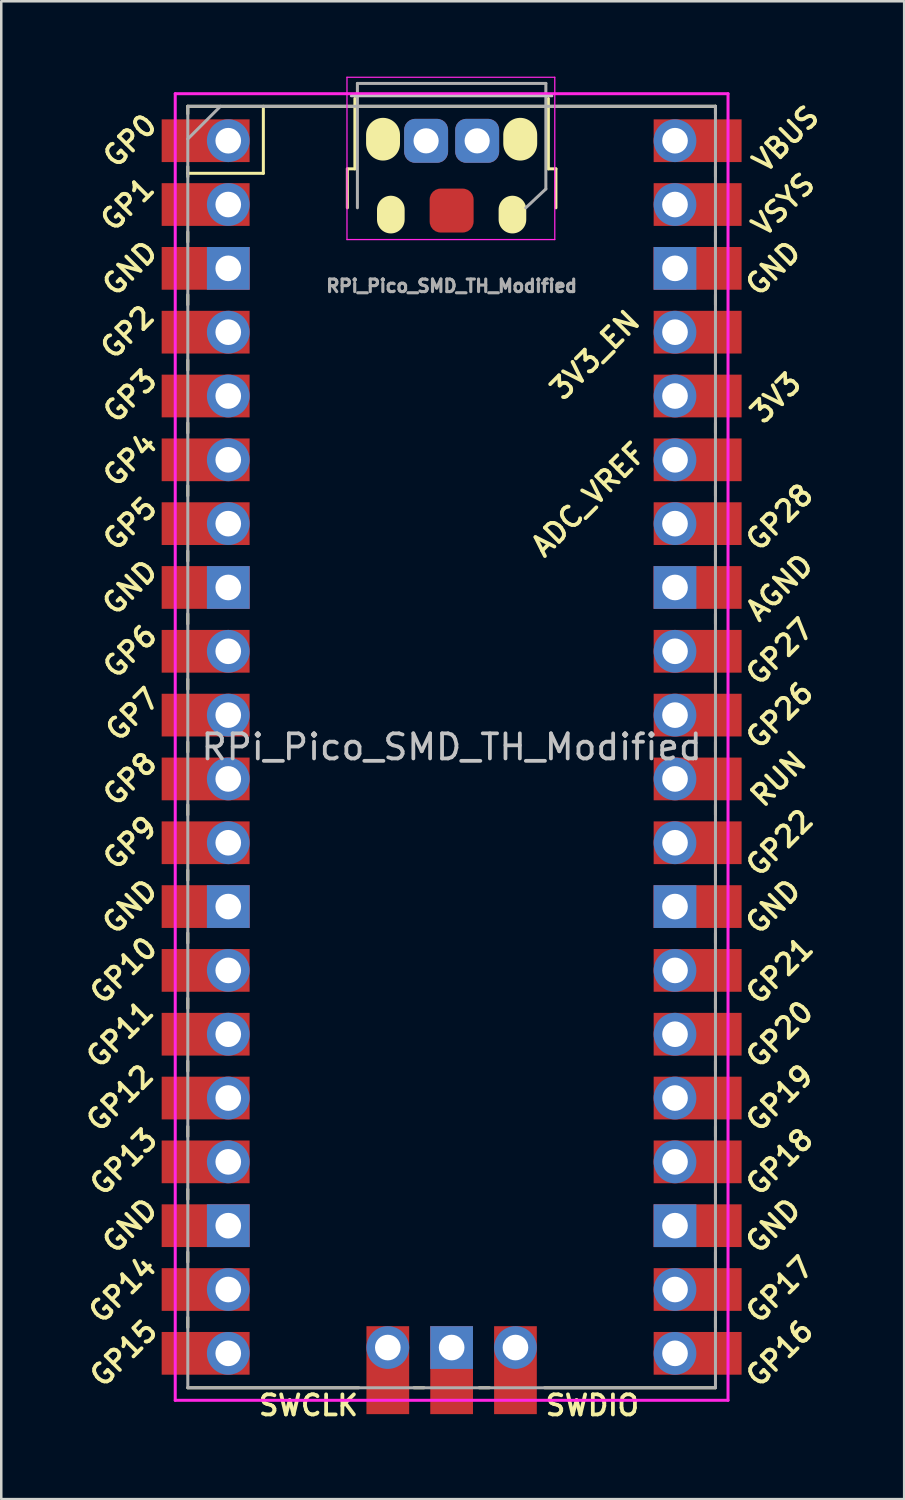
<source format=kicad_pcb>
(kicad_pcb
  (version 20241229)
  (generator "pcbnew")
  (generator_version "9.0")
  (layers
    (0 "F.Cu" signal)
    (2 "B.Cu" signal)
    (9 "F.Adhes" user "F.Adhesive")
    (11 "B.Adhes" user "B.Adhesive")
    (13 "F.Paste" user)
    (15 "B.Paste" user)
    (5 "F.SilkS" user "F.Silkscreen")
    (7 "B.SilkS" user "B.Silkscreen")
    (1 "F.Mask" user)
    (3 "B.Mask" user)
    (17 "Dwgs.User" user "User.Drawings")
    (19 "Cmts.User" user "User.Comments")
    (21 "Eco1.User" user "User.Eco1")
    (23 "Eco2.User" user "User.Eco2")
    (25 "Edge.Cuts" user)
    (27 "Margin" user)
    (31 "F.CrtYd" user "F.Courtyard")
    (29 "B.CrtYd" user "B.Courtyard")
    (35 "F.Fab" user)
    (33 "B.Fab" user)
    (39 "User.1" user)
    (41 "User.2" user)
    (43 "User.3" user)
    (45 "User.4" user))
  (footprint "RPi_Pico_SMD_TH_Modified"
    (layer "F.Cu")
    (at 14.924 26.68)
    (property "Reference" "RPi_Pico_SMD_TH_Modified" (at 0 0 0) (layer "Dwgs.User") (effects (font (size 1 1) (thickness 0.15))))
    (attr through_hole)
    (fp_line (start -10.5 -25.5) (end -10.5 -25.2) (stroke (width 0.12) (type solid)) (layer "F.SilkS"))
    (fp_line (start -10.5 -25.5) (end 10.5 -25.5) (stroke (width 0.12) (type solid)) (layer "F.SilkS"))
    (fp_line (start -10.5 -23.1) (end -10.5 -22.7) (stroke (width 0.12) (type solid)) (layer "F.SilkS"))
    (fp_line (start -10.5 -22.833) (end -7.493 -22.833) (stroke (width 0.12) (type solid)) (layer "F.SilkS"))
    (fp_line (start -10.5 -20.5) (end -10.5 -20.1) (stroke (width 0.12) (type solid)) (layer "F.SilkS"))
    (fp_line (start -10.5 -18) (end -10.5 -17.6) (stroke (width 0.12) (type solid)) (layer "F.SilkS"))
    (fp_line (start -10.5 -15.4) (end -10.5 -15) (stroke (width 0.12) (type solid)) (layer "F.SilkS"))
    (fp_line (start -10.5 -12.9) (end -10.5 -12.5) (stroke (width 0.12) (type solid)) (layer "F.SilkS"))
    (fp_line (start -10.5 -10.4) (end -10.5 -10) (stroke (width 0.12) (type solid)) (layer "F.SilkS"))
    (fp_line (start -10.5 -7.8) (end -10.5 -7.4) (stroke (width 0.12) (type solid)) (layer "F.SilkS"))
    (fp_line (start -10.5 -5.3) (end -10.5 -4.9) (stroke (width 0.12) (type solid)) (layer "F.SilkS"))
    (fp_line (start -10.5 -2.7) (end -10.5 -2.3) (stroke (width 0.12) (type solid)) (layer "F.SilkS"))
    (fp_line (start -10.5 -0.2) (end -10.5 0.2) (stroke (width 0.12) (type solid)) (layer "F.SilkS"))
    (fp_line (start -10.5 2.3) (end -10.5 2.7) (stroke (width 0.12) (type solid)) (layer "F.SilkS"))
    (fp_line (start -10.5 4.9) (end -10.5 5.3) (stroke (width 0.12) (type solid)) (layer "F.SilkS"))
    (fp_line (start -10.5 7.4) (end -10.5 7.8) (stroke (width 0.12) (type solid)) (layer "F.SilkS"))
    (fp_line (start -10.5 10) (end -10.5 10.4) (stroke (width 0.12) (type solid)) (layer "F.SilkS"))
    (fp_line (start -10.5 12.5) (end -10.5 12.9) (stroke (width 0.12) (type solid)) (layer "F.SilkS"))
    (fp_line (start -10.5 15.1) (end -10.5 15.5) (stroke (width 0.12) (type solid)) (layer "F.SilkS"))
    (fp_line (start -10.5 17.6) (end -10.5 18) (stroke (width 0.12) (type solid)) (layer "F.SilkS"))
    (fp_line (start -10.5 20.1) (end -10.5 20.5) (stroke (width 0.12) (type solid)) (layer "F.SilkS"))
    (fp_line (start -10.5 22.7) (end -10.5 23.1) (stroke (width 0.12) (type solid)) (layer "F.SilkS"))
    (fp_line (start -7.493 -22.833) (end -7.493 -25.5) (stroke (width 0.12) (type solid)) (layer "F.SilkS"))
    (fp_line (start -4.15 -23.01) (end -4.15 -21.46) (stroke (width 0.12) (type solid)) (layer "F.SilkS"))
    (fp_line (start -3.85 -25.81) (end -3.85 -23.01) (stroke (width 0.12) (type solid)) (layer "F.SilkS"))
    (fp_line (start -3.85 -23.01) (end -4.15 -23.01) (stroke (width 0.12) (type solid)) (layer "F.SilkS"))
    (fp_line (start -3.7 25.5) (end -10.5 25.5) (stroke (width 0.12) (type solid)) (layer "F.SilkS"))
    (fp_line (start -1.5 25.5) (end -1.1 25.5) (stroke (width 0.12) (type solid)) (layer "F.SilkS"))
    (fp_line (start 1.1 25.5) (end 1.5 25.5) (stroke (width 0.12) (type solid)) (layer "F.SilkS"))
    (fp_line (start 3.85 -25.81) (end 3.85 -23.01) (stroke (width 0.12) (type solid)) (layer "F.SilkS"))
    (fp_line (start 4.15 -23.01) (end 3.85 -23.01) (stroke (width 0.12) (type solid)) (layer "F.SilkS"))
    (fp_line (start 4.15 -23.01) (end 4.15 -21.46) (stroke (width 0.12) (type solid)) (layer "F.SilkS"))
    (fp_line (start 10.5 -25.5) (end 10.5 -25.2) (stroke (width 0.12) (type solid)) (layer "F.SilkS"))
    (fp_line (start 10.5 -23.1) (end 10.5 -22.7) (stroke (width 0.12) (type solid)) (layer "F.SilkS"))
    (fp_line (start 10.5 -20.5) (end 10.5 -20.1) (stroke (width 0.12) (type solid)) (layer "F.SilkS"))
    (fp_line (start 10.5 -18) (end 10.5 -17.6) (stroke (width 0.12) (type solid)) (layer "F.SilkS"))
    (fp_line (start 10.5 -15.4) (end 10.5 -15) (stroke (width 0.12) (type solid)) (layer "F.SilkS"))
    (fp_line (start 10.5 -12.9) (end 10.5 -12.5) (stroke (width 0.12) (type solid)) (layer "F.SilkS"))
    (fp_line (start 10.5 -10.4) (end 10.5 -10) (stroke (width 0.12) (type solid)) (layer "F.SilkS"))
    (fp_line (start 10.5 -7.8) (end 10.5 -7.4) (stroke (width 0.12) (type solid)) (layer "F.SilkS"))
    (fp_line (start 10.5 -5.3) (end 10.5 -4.9) (stroke (width 0.12) (type solid)) (layer "F.SilkS"))
    (fp_line (start 10.5 -2.7) (end 10.5 -2.3) (stroke (width 0.12) (type solid)) (layer "F.SilkS"))
    (fp_line (start 10.5 -0.2) (end 10.5 0.2) (stroke (width 0.12) (type solid)) (layer "F.SilkS"))
    (fp_line (start 10.5 2.3) (end 10.5 2.7) (stroke (width 0.12) (type solid)) (layer "F.SilkS"))
    (fp_line (start 10.5 4.9) (end 10.5 5.3) (stroke (width 0.12) (type solid)) (layer "F.SilkS"))
    (fp_line (start 10.5 7.4) (end 10.5 7.8) (stroke (width 0.12) (type solid)) (layer "F.SilkS"))
    (fp_line (start 10.5 10) (end 10.5 10.4) (stroke (width 0.12) (type solid)) (layer "F.SilkS"))
    (fp_line (start 10.5 12.5) (end 10.5 12.9) (stroke (width 0.12) (type solid)) (layer "F.SilkS"))
    (fp_line (start 10.5 15.1) (end 10.5 15.5) (stroke (width 0.12) (type solid)) (layer "F.SilkS"))
    (fp_line (start 10.5 17.6) (end 10.5 18) (stroke (width 0.12) (type solid)) (layer "F.SilkS"))
    (fp_line (start 10.5 20.1) (end 10.5 20.5) (stroke (width 0.12) (type solid)) (layer "F.SilkS"))
    (fp_line (start 10.5 22.7) (end 10.5 23.1) (stroke (width 0.12) (type solid)) (layer "F.SilkS"))
    (fp_line (start 10.5 25.5) (end 3.7 25.5) (stroke (width 0.12) (type solid)) (layer "F.SilkS"))
    (fp_line (start 4 -25.91) (end -4 -25.91) (stroke (width 0.1) (type solid)) (layer "Dwgs.User"))
    (fp_line (start -11 -26) (end 11 -26) (stroke (width 0.12) (type solid)) (layer "F.CrtYd"))
    (fp_line (start -11 26) (end -11 -26) (stroke (width 0.12) (type solid)) (layer "F.CrtYd"))
    (fp_line (start -4.165 -26.655) (end -4.165 -20.195) (stroke (width 0.05) (type solid)) (layer "F.CrtYd"))
    (fp_line (start -4.165 -26.655) (end 4.105 -26.655) (stroke (width 0.05) (type solid)) (layer "F.CrtYd"))
    (fp_line (start 4.105 -20.195) (end -4.165 -20.195) (stroke (width 0.05) (type solid)) (layer "F.CrtYd"))
    (fp_line (start 4.105 -20.195) (end 4.105 -26.655) (stroke (width 0.05) (type solid)) (layer "F.CrtYd"))
    (fp_line (start 11 -26) (end 11 26) (stroke (width 0.12) (type solid)) (layer "F.CrtYd"))
    (fp_line (start 11 26) (end -11 26) (stroke (width 0.12) (type solid)) (layer "F.CrtYd"))
    (fp_line (start -10.5 -25.5) (end 10.5 -25.5) (stroke (width 0.12) (type solid)) (layer "F.Fab"))
    (fp_line (start -10.5 -24.2) (end -9.2 -25.5) (stroke (width 0.12) (type solid)) (layer "F.Fab"))
    (fp_line (start -10.5 25.5) (end -10.5 -25.5) (stroke (width 0.12) (type solid)) (layer "F.Fab"))
    (fp_line (start -3.75 -26.41) (end 3.75 -26.41) (stroke (width 0.12) (type solid)) (layer "F.Fab"))
    (fp_line (start -3.75 -21.46) (end -3.75 -26.41) (stroke (width 0.12) (type solid)) (layer "F.Fab"))
    (fp_line (start 3.75 -26.41) (end 3.75 -22.21) (stroke (width 0.12) (type solid)) (layer "F.Fab"))
    (fp_line (start 3.75 -22.21) (end 2.95 -21.46) (stroke (width 0.12) (type solid)) (layer "F.Fab"))
    (fp_line (start 10.5 -25.5) (end 10.5 25.5) (stroke (width 0.12) (type solid)) (layer "F.Fab"))
    (fp_line (start 10.5 25.5) (end -10.5 25.5) (stroke (width 0.12) (type solid)) (layer "F.Fab"))
    (fp_text user "GP4" (at -12.8 -11.43 45) (layer "F.SilkS") (effects (font (size 0.8 0.8) (thickness 0.15))))
    (fp_text user "GP28" (at 13.054 -9.144 45) (layer "F.SilkS") (effects (font (size 0.8 0.8) (thickness 0.15))))
    (fp_text user "GND" (at -12.8 -19.05 45) (layer "F.SilkS") (effects (font (size 0.8 0.8) (thickness 0.15))))
    (fp_text user "GP26" (at 13.054 -1.27 45) (layer "F.SilkS") (effects (font (size 0.8 0.8) (thickness 0.15))))
    (fp_text user "GND" (at 12.8 6.35 45) (layer "F.SilkS") (effects (font (size 0.8 0.8) (thickness 0.15))))
    (fp_text user "GND" (at -12.8 6.35 45) (layer "F.SilkS") (effects (font (size 0.8 0.8) (thickness 0.15))))
    (fp_text user "GP13" (at -13.054 16.51 45) (layer "F.SilkS") (effects (font (size 0.8 0.8) (thickness 0.15))))
    (fp_text user "AGND" (at 13.054 -6.35 45) (layer "F.SilkS") (effects (font (size 0.8 0.8) (thickness 0.15))))
    (fp_text user "GP12" (at -13.2 13.97 45) (layer "F.SilkS") (effects (font (size 0.8 0.8) (thickness 0.15))))
    (fp_text user "GP22" (at 13.054 3.81 45) (layer "F.SilkS") (effects (font (size 0.8 0.8) (thickness 0.15))))
    (fp_text user "GP6" (at -12.8 -3.81 45) (layer "F.SilkS") (effects (font (size 0.8 0.8) (thickness 0.15))))
    (fp_text user "GP2" (at -12.9 -16.51 45) (layer "F.SilkS") (effects (font (size 0.8 0.8) (thickness 0.15))))
    (fp_text user "GP5" (at -12.8 -8.89 45) (layer "F.SilkS") (effects (font (size 0.8 0.8) (thickness 0.15))))
    (fp_text user "RUN" (at 13 1.27 45) (layer "F.SilkS") (effects (font (size 0.8 0.8) (thickness 0.15))))
    (fp_text user "GP18" (at 13.054 16.51 45) (layer "F.SilkS") (effects (font (size 0.8 0.8) (thickness 0.15))))
    (fp_text user "GP1" (at -12.9 -21.6 45) (layer "F.SilkS") (effects (font (size 0.8 0.8) (thickness 0.15))))
    (fp_text user "GP16" (at 13.054 24.13 45) (layer "F.SilkS") (effects (font (size 0.8 0.8) (thickness 0.15))))
    (fp_text user "GP15" (at -13.054 24.13 45) (layer "F.SilkS") (effects (font (size 0.8 0.8) (thickness 0.15))))
    (fp_text user "GP0" (at -12.8 -24.13 45) (layer "F.SilkS") (effects (font (size 0.8 0.8) (thickness 0.15))))
    (fp_text user "GP20" (at 13.054 11.43 45) (layer "F.SilkS") (effects (font (size 0.8 0.8) (thickness 0.15))))
    (fp_text user "GND" (at -12.8 19.05 45) (layer "F.SilkS") (effects (font (size 0.8 0.8) (thickness 0.15))))
    (fp_text user "GND" (at -12.8 -6.35 45) (layer "F.SilkS") (effects (font (size 0.8 0.8) (thickness 0.15))))
    (fp_text user "GP17" (at 13.054 21.59 45) (layer "F.SilkS") (effects (font (size 0.8 0.8) (thickness 0.15))))
    (fp_text user "GP21" (at 13.054 8.9 45) (layer "F.SilkS") (effects (font (size 0.8 0.8) (thickness 0.15))))
    (fp_text user "3V3_EN" (at 5.7 -15.6 45) (layer "F.SilkS") (effects (font (size 0.8 0.8) (thickness 0.15))))
    (fp_text user "GP7" (at -12.7 -1.3 45) (layer "F.SilkS") (effects (font (size 0.8 0.8) (thickness 0.15))))
    (fp_text user "GP19" (at 13.054 13.97 45) (layer "F.SilkS") (effects (font (size 0.8 0.8) (thickness 0.15))))
    (fp_text user "GP3" (at -12.8 -13.97 45) (layer "F.SilkS") (effects (font (size 0.8 0.8) (thickness 0.15))))
    (fp_text user "GND" (at 12.8 19.05 45) (layer "F.SilkS") (effects (font (size 0.8 0.8) (thickness 0.15))))
    (fp_text user "SWDIO" (at 5.6 26.2 0) (layer "F.SilkS") (effects (font (size 0.8 0.8) (thickness 0.15))))
    (fp_text user "3V3" (at 12.9 -13.9 45) (layer "F.SilkS") (effects (font (size 0.8 0.8) (thickness 0.15))))
    (fp_text user "GP8" (at -12.8 1.27 45) (layer "F.SilkS") (effects (font (size 0.8 0.8) (thickness 0.15))))
    (fp_text user "VBUS" (at 13.3 -24.2 45) (layer "F.SilkS") (effects (font (size 0.8 0.8) (thickness 0.15))))
    (fp_text user "GP9" (at -12.8 3.81 45) (layer "F.SilkS") (effects (font (size 0.8 0.8) (thickness 0.15))))
    (fp_text user "GND" (at 12.8 -19.05 45) (layer "F.SilkS") (effects (font (size 0.8 0.8) (thickness 0.15))))
    (fp_text user "GP11" (at -13.2 11.43 45) (layer "F.SilkS") (effects (font (size 0.8 0.8) (thickness 0.15))))
    (fp_text user "GP14" (at -13.1 21.59 45) (layer "F.SilkS") (effects (font (size 0.8 0.8) (thickness 0.15))))
    (fp_text user "GP10" (at -13.054 8.89 45) (layer "F.SilkS") (effects (font (size 0.8 0.8) (thickness 0.15))))
    (fp_text user "ADC_VREF" (at 5.45 -9.85 45) (layer "F.SilkS") (effects (font (size 0.8 0.8) (thickness 0.15))))
    (fp_text user "SWCLK" (at -5.7 26.2 0) (layer "F.SilkS") (effects (font (size 0.8 0.8) (thickness 0.15))))
    (fp_text user "GP27" (at 13.054 -3.8 45) (layer "F.SilkS") (effects (font (size 0.8 0.8) (thickness 0.15))))
    (fp_text user "VSYS" (at 13.2 -21.59 45) (layer "F.SilkS") (effects (font (size 0.8 0.8) (thickness 0.15))))
    (fp_text user "${REFERENCE}" (at 0 -18.35 180) (layer "F.Fab") (effects (font (size 0.5 0.5) (thickness 0.125))))
    (pad "" smd oval (at -2.73 -24.19 270) (size 1.7 1.35) (layers "F.SilkS"))
    (pad "" smd oval (at -2.42 -21.19 270) (size 1.5 1.1) (layers "F.SilkS"))
    (pad "" smd oval (at 2.42 -21.19 270) (size 1.5 1.1) (layers "F.SilkS"))
    (pad "" smd oval (at 2.73 -24.19 270) (size 1.7 1.35) (layers "F.SilkS"))
    (pad "1" thru_hole oval (at -8.89 -24.13) (size 1.7 1.7) (drill 1.02) (layers "*.Cu" "*.Mask"))
    (pad "1" smd rect (at -8.89 -24.13) (size 3.5 1.7) (drill (offset -0.9 0)) (layers "F.Cu" "F.Mask"))
    (pad "2" thru_hole oval (at -8.89 -21.59) (size 1.7 1.7) (drill 1.02) (layers "*.Cu" "*.Mask"))
    (pad "2" smd rect (at -8.89 -21.59) (size 3.5 1.7) (drill (offset -0.9 0)) (layers "F.Cu" "F.Mask"))
    (pad "3" thru_hole rect (at -8.89 -19.05) (size 1.7 1.7) (drill 1.02) (layers "*.Cu" "*.Mask"))
    (pad "3" smd rect (at -8.89 -19.05) (size 3.5 1.7) (drill (offset -0.9 0)) (layers "F.Cu" "F.Mask"))
    (pad "4" thru_hole oval (at -8.89 -16.51) (size 1.7 1.7) (drill 1.02) (layers "*.Cu" "*.Mask"))
    (pad "4" smd rect (at -8.89 -16.51) (size 3.5 1.7) (drill (offset -0.9 0)) (layers "F.Cu" "F.Mask"))
    (pad "5" thru_hole oval (at -8.89 -13.97) (size 1.7 1.7) (drill 1.02) (layers "*.Cu" "*.Mask"))
    (pad "5" smd rect (at -8.89 -13.97) (size 3.5 1.7) (drill (offset -0.9 0)) (layers "F.Cu" "F.Mask"))
    (pad "6" thru_hole oval (at -8.89 -11.43) (size 1.7 1.7) (drill 1.02) (layers "*.Cu" "*.Mask"))
    (pad "6" smd rect (at -8.89 -11.43) (size 3.5 1.7) (drill (offset -0.9 0)) (layers "F.Cu" "F.Mask"))
    (pad "7" thru_hole oval (at -8.89 -8.89) (size 1.7 1.7) (drill 1.02) (layers "*.Cu" "*.Mask"))
    (pad "7" smd rect (at -8.89 -8.89) (size 3.5 1.7) (drill (offset -0.9 0)) (layers "F.Cu" "F.Mask"))
    (pad "8" thru_hole rect (at -8.89 -6.35) (size 1.7 1.7) (drill 1.02) (layers "*.Cu" "*.Mask"))
    (pad "8" smd rect (at -8.89 -6.35) (size 3.5 1.7) (drill (offset -0.9 0)) (layers "F.Cu" "F.Mask"))
    (pad "9" thru_hole oval (at -8.89 -3.81) (size 1.7 1.7) (drill 1.02) (layers "*.Cu" "*.Mask"))
    (pad "9" smd rect (at -8.89 -3.81) (size 3.5 1.7) (drill (offset -0.9 0)) (layers "F.Cu" "F.Mask"))
    (pad "10" thru_hole oval (at -8.89 -1.27) (size 1.7 1.7) (drill 1.02) (layers "*.Cu" "*.Mask"))
    (pad "10" smd rect (at -8.89 -1.27) (size 3.5 1.7) (drill (offset -0.9 0)) (layers "F.Cu" "F.Mask"))
    (pad "11" thru_hole oval (at -8.89 1.27) (size 1.7 1.7) (drill 1.02) (layers "*.Cu" "*.Mask"))
    (pad "11" smd rect (at -8.89 1.27) (size 3.5 1.7) (drill (offset -0.9 0)) (layers "F.Cu" "F.Mask"))
    (pad "12" thru_hole oval (at -8.89 3.81) (size 1.7 1.7) (drill 1.02) (layers "*.Cu" "*.Mask"))
    (pad "12" smd rect (at -8.89 3.81) (size 3.5 1.7) (drill (offset -0.9 0)) (layers "F.Cu" "F.Mask"))
    (pad "13" thru_hole rect (at -8.89 6.35) (size 1.7 1.7) (drill 1.02) (layers "*.Cu" "*.Mask"))
    (pad "13" smd rect (at -8.89 6.35) (size 3.5 1.7) (drill (offset -0.9 0)) (layers "F.Cu" "F.Mask"))
    (pad "14" thru_hole oval (at -8.89 8.89) (size 1.7 1.7) (drill 1.02) (layers "*.Cu" "*.Mask"))
    (pad "14" smd rect (at -8.89 8.89) (size 3.5 1.7) (drill (offset -0.9 0)) (layers "F.Cu" "F.Mask"))
    (pad "15" thru_hole oval (at -8.89 11.43) (size 1.7 1.7) (drill 1.02) (layers "*.Cu" "*.Mask"))
    (pad "15" smd rect (at -8.89 11.43) (size 3.5 1.7) (drill (offset -0.9 0)) (layers "F.Cu" "F.Mask"))
    (pad "16" thru_hole oval (at -8.89 13.97) (size 1.7 1.7) (drill 1.02) (layers "*.Cu" "*.Mask"))
    (pad "16" smd rect (at -8.89 13.97) (size 3.5 1.7) (drill (offset -0.9 0)) (layers "F.Cu" "F.Mask"))
    (pad "17" thru_hole oval (at -8.89 16.51) (size 1.7 1.7) (drill 1.02) (layers "*.Cu" "*.Mask"))
    (pad "17" smd rect (at -8.89 16.51) (size 3.5 1.7) (drill (offset -0.9 0)) (layers "F.Cu" "F.Mask"))
    (pad "18" thru_hole rect (at -8.89 19.05) (size 1.7 1.7) (drill 1.02) (layers "*.Cu" "*.Mask"))
    (pad "18" smd rect (at -8.89 19.05) (size 3.5 1.7) (drill (offset -0.9 0)) (layers "F.Cu" "F.Mask"))
    (pad "19" thru_hole oval (at -8.89 21.59) (size 1.7 1.7) (drill 1.02) (layers "*.Cu" "*.Mask"))
    (pad "19" smd rect (at -8.89 21.59) (size 3.5 1.7) (drill (offset -0.9 0)) (layers "F.Cu" "F.Mask"))
    (pad "20" thru_hole oval (at -8.89 24.13) (size 1.7 1.7) (drill 1.02) (layers "*.Cu" "*.Mask"))
    (pad "20" smd rect (at -8.89 24.13) (size 3.5 1.7) (drill (offset -0.9 0)) (layers "F.Cu" "F.Mask"))
    (pad "21" thru_hole oval (at 8.89 24.13) (size 1.7 1.7) (drill 1.02) (layers "*.Cu" "*.Mask"))
    (pad "21" smd rect (at 8.89 24.13) (size 3.5 1.7) (drill (offset 0.9 0)) (layers "F.Cu" "F.Mask"))
    (pad "22" thru_hole oval (at 8.89 21.59) (size 1.7 1.7) (drill 1.02) (layers "*.Cu" "*.Mask"))
    (pad "22" smd rect (at 8.89 21.59) (size 3.5 1.7) (drill (offset 0.9 0)) (layers "F.Cu" "F.Mask"))
    (pad "23" thru_hole rect (at 8.89 19.05) (size 1.7 1.7) (drill 1.02) (layers "*.Cu" "*.Mask"))
    (pad "23" smd rect (at 8.89 19.05) (size 3.5 1.7) (drill (offset 0.9 0)) (layers "F.Cu" "F.Mask"))
    (pad "24" thru_hole oval (at 8.89 16.51) (size 1.7 1.7) (drill 1.02) (layers "*.Cu" "*.Mask"))
    (pad "24" smd rect (at 8.89 16.51) (size 3.5 1.7) (drill (offset 0.9 0)) (layers "F.Cu" "F.Mask"))
    (pad "25" thru_hole oval (at 8.89 13.97) (size 1.7 1.7) (drill 1.02) (layers "*.Cu" "*.Mask"))
    (pad "25" smd rect (at 8.89 13.97) (size 3.5 1.7) (drill (offset 0.9 0)) (layers "F.Cu" "F.Mask"))
    (pad "26" thru_hole oval (at 8.89 11.43) (size 1.7 1.7) (drill 1.02) (layers "*.Cu" "*.Mask"))
    (pad "26" smd rect (at 8.89 11.43) (size 3.5 1.7) (drill (offset 0.9 0)) (layers "F.Cu" "F.Mask"))
    (pad "27" thru_hole oval (at 8.89 8.89) (size 1.7 1.7) (drill 1.02) (layers "*.Cu" "*.Mask"))
    (pad "27" smd rect (at 8.89 8.89) (size 3.5 1.7) (drill (offset 0.9 0)) (layers "F.Cu" "F.Mask"))
    (pad "28" thru_hole rect (at 8.89 6.35) (size 1.7 1.7) (drill 1.02) (layers "*.Cu" "*.Mask"))
    (pad "28" smd rect (at 8.89 6.35) (size 3.5 1.7) (drill (offset 0.9 0)) (layers "F.Cu" "F.Mask"))
    (pad "29" thru_hole oval (at 8.89 3.81) (size 1.7 1.7) (drill 1.02) (layers "*.Cu" "*.Mask"))
    (pad "29" smd rect (at 8.89 3.81) (size 3.5 1.7) (drill (offset 0.9 0)) (layers "F.Cu" "F.Mask"))
    (pad "30" thru_hole oval (at 8.89 1.27) (size 1.7 1.7) (drill 1.02) (layers "*.Cu" "*.Mask"))
    (pad "30" smd rect (at 8.89 1.27) (size 3.5 1.7) (drill (offset 0.9 0)) (layers "F.Cu" "F.Mask"))
    (pad "31" thru_hole oval (at 8.89 -1.27) (size 1.7 1.7) (drill 1.02) (layers "*.Cu" "*.Mask"))
    (pad "31" smd rect (at 8.89 -1.27) (size 3.5 1.7) (drill (offset 0.9 0)) (layers "F.Cu" "F.Mask"))
    (pad "32" thru_hole oval (at 8.89 -3.81) (size 1.7 1.7) (drill 1.02) (layers "*.Cu" "*.Mask"))
    (pad "32" smd rect (at 8.89 -3.81) (size 3.5 1.7) (drill (offset 0.9 0)) (layers "F.Cu" "F.Mask"))
    (pad "33" thru_hole rect (at 8.89 -6.35) (size 1.7 1.7) (drill 1.02) (layers "*.Cu" "*.Mask"))
    (pad "33" smd rect (at 8.89 -6.35) (size 3.5 1.7) (drill (offset 0.9 0)) (layers "F.Cu" "F.Mask"))
    (pad "34" thru_hole oval (at 8.89 -8.89) (size 1.7 1.7) (drill 1.02) (layers "*.Cu" "*.Mask"))
    (pad "34" smd rect (at 8.89 -8.89) (size 3.5 1.7) (drill (offset 0.9 0)) (layers "F.Cu" "F.Mask"))
    (pad "35" thru_hole oval (at 8.89 -11.43) (size 1.7 1.7) (drill 1.02) (layers "*.Cu" "*.Mask"))
    (pad "35" smd rect (at 8.89 -11.43) (size 3.5 1.7) (drill (offset 0.9 0)) (layers "F.Cu" "F.Mask"))
    (pad "36" thru_hole oval (at 8.89 -13.97) (size 1.7 1.7) (drill 1.02) (layers "*.Cu" "*.Mask"))
    (pad "36" smd rect (at 8.89 -13.97) (size 3.5 1.7) (drill (offset 0.9 0)) (layers "F.Cu" "F.Mask"))
    (pad "37" thru_hole oval (at 8.89 -16.51) (size 1.7 1.7) (drill 1.02) (layers "*.Cu" "*.Mask"))
    (pad "37" smd rect (at 8.89 -16.51) (size 3.5 1.7) (drill (offset 0.9 0)) (layers "F.Cu" "F.Mask"))
    (pad "38" thru_hole rect (at 8.89 -19.05) (size 1.7 1.7) (drill 1.02) (layers "*.Cu" "*.Mask"))
    (pad "38" smd rect (at 8.89 -19.05) (size 3.5 1.7) (drill (offset 0.9 0)) (layers "F.Cu" "F.Mask"))
    (pad "39" thru_hole oval (at 8.89 -21.59) (size 1.7 1.7) (drill 1.02) (layers "*.Cu" "*.Mask"))
    (pad "39" smd rect (at 8.89 -21.59) (size 3.5 1.7) (drill (offset 0.9 0)) (layers "F.Cu" "F.Mask"))
    (pad "40" thru_hole oval (at 8.89 -24.13) (size 1.7 1.7) (drill 1.02) (layers "*.Cu" "*.Mask"))
    (pad "40" smd rect (at 8.89 -24.13) (size 3.5 1.7) (drill (offset 0.9 0)) (layers "F.Cu" "F.Mask"))
    (pad "41" thru_hole oval (at -2.54 23.9) (size 1.7 1.7) (drill 1.02) (layers "*.Cu" "*.Mask"))
    (pad "41" smd rect (at -2.54 23.9 90) (size 3.5 1.7) (drill (offset -0.9 0)) (layers "F.Cu" "F.Mask"))
    (pad "42" thru_hole rect (at 0 23.9) (size 1.7 1.7) (drill 1.02) (layers "*.Cu" "*.Mask"))
    (pad "42" smd rect (at 0 23.9 90) (size 3.5 1.7) (drill (offset -0.9 0)) (layers "F.Cu" "F.Mask"))
    (pad "43" thru_hole oval (at 2.54 23.9) (size 1.7 1.7) (drill 1.02) (layers "*.Cu" "*.Mask"))
    (pad "43" smd rect (at 2.54 23.9 90) (size 3.5 1.7) (drill (offset -0.9 0)) (layers "F.Cu" "F.Mask"))
    (pad "TP1" connect roundrect (at 0 -21.35) (size 1.75 1.75) (layers "F.Cu" "F.Mask") (roundrect_rratio 0.25))
    (pad "TP2" thru_hole roundrect (at 1.016 -24.125) (size 1.75 1.75) (drill 1) (layers "*.Cu" "*.Mask") (roundrect_rratio 0.25))
    (pad "TP3" thru_hole roundrect (at -1.016 -24.125) (size 1.75 1.75) (drill 1) (layers "*.Cu" "*.Mask") (roundrect_rratio 0.25)))
  (gr_rect
    (start -3 -3)
    (end 32.935 56.611)
    (stroke (width 0.1) (type default))
    (fill no)
    (layer "Edge.Cuts")))
</source>
